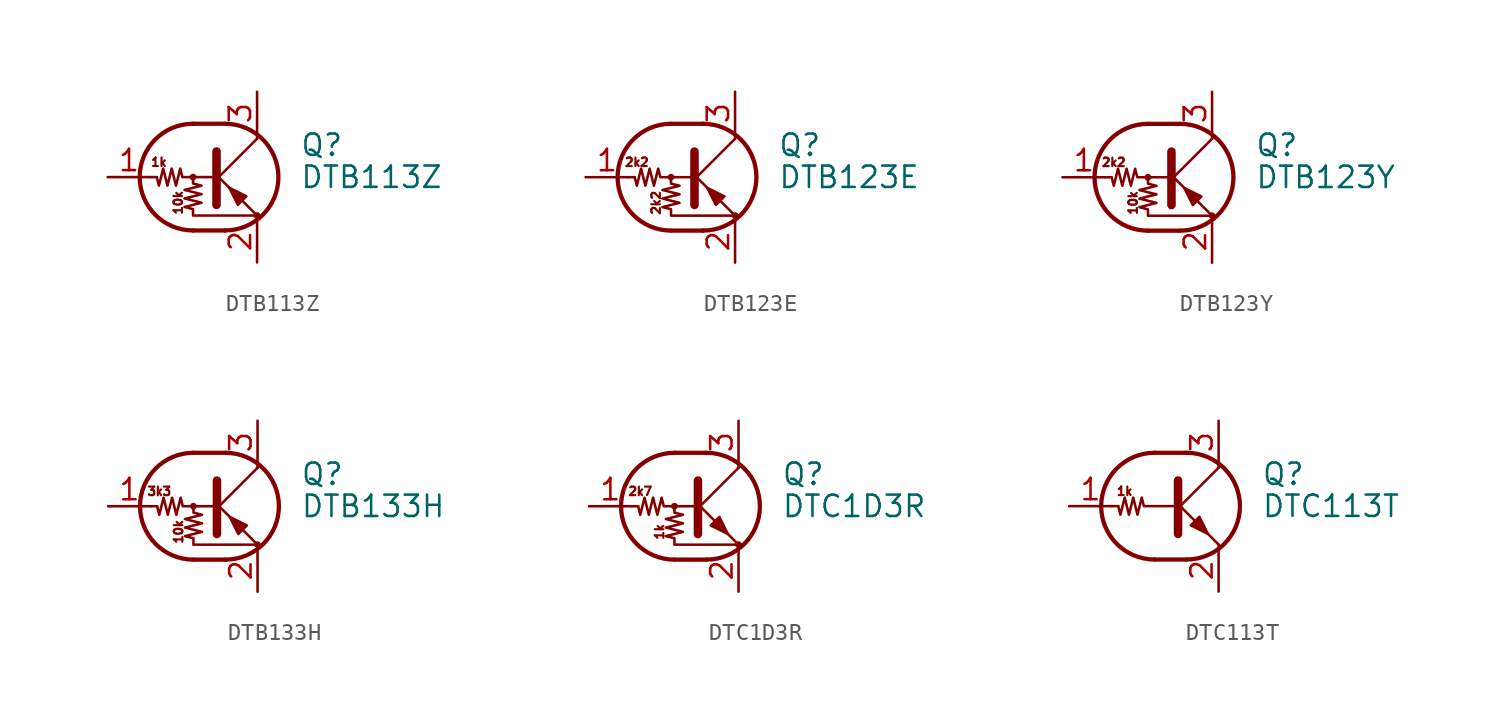
<source format=kicad_sym>
(kicad_symbol_lib
  (version 20211014)
  (generator kicad_symbol_editor)
  (symbol "DTB113Z"
    (pin_names
      (offset 0) hide)
    (property "Reference" "Q"
      (at 5.08 1.905 0)
      (effects (font (size 1.27 1.27)) (justify left)))
    (property "Value" "DTB113Z"
      (at 5.08 0 0)
      (effects (font (size 1.27 1.27)) (justify left)))
    (symbol "DTB113Z_0_0"
      (text "10k" (at -2.159 -1.524 900) (effects (font (size 0.508 0.508))))
      (text "1k" (at -3.302 0.889 0) (effects (font (size 0.508 0.508)))))
    (symbol "DTB113Z_0_1"
      (circle (center -1.27 0) (radius 0.127) (stroke (width 0) (type default) (color 0 0 0 0)) (fill (type none)))
      (arc (start -1.27 3.175) (mid -4.445 0) (end -1.27 -3.175) (stroke (width 0.254) (type default) (color 0 0 0 0)) (fill (type none)))
      (polyline (pts (xy -3.429 0) (xy -3.81 0)) (stroke (width 0) (type default) (color 0 0 0 0)) (fill (type none)))
      (polyline (pts (xy -1.27 -3.175) (xy 0.635 -3.175)) (stroke (width 0.254) (type default) (color 0 0 0 0)) (fill (type none)))
      (polyline (pts (xy -1.27 3.175) (xy 0.635 3.175)) (stroke (width 0.254) (type default) (color 0 0 0 0)) (fill (type none)))
      (polyline (pts (xy 0 -0.254) (xy 2.54 2.286)) (stroke (width 0) (type default) (color 0 0 0 0)) (fill (type none)))
      (polyline (pts (xy 0.127 1.524) (xy 0.127 -1.651)) (stroke (width 0.508) (type default) (color 0 0 0 0)) (fill (type outline)))
      (polyline (pts (xy 2.54 2.286) (xy 2.54 2.54)) (stroke (width 0) (type default) (color 0 0 0 0)) (fill (type none)))
      (polyline (pts (xy 2.54 -2.286) (xy 0 0.254) (xy 0 0.254)) (stroke (width 0) (type default) (color 0 0 0 0)) (fill (type none)))
      (polyline (pts (xy 1.397 -1.651) (xy 1.905 -1.143) (xy 0.889 -0.635) (xy 1.397 -1.651)) (stroke (width 0) (type default) (color 0 0 0 0)) (fill (type outline)))
      (polyline (pts (xy 0 0) (xy -1.905 0) (xy -2.032 0.508) (xy -2.286 -0.508) (xy -2.54 0.508) (xy -2.794 -0.508) (xy -3.048 0.508) (xy -3.302 -0.508) (xy -3.429 0)) (stroke (width 0) (type default) (color 0 0 0 0)) (fill (type none)))
      (polyline (pts (xy -1.27 0) (xy -1.27 -0.381) (xy -0.762 -0.508) (xy -1.778 -0.762) (xy -0.762 -1.016) (xy -1.778 -1.27) (xy -0.762 -1.524) (xy -1.778 -1.778) (xy -1.27 -1.905) (xy -1.27 -2.286) (xy 2.54 -2.286)) (stroke (width 0) (type default) (color 0 0 0 0)) (fill (type none)))
      (arc (start 0.635 -3.175) (mid 3.81 0) (end 0.635 3.175) (stroke (width 0.254) (type default) (color 0 0 0 0)) (fill (type none)))
      (circle (center 2.54 -2.286) (radius 0.127) (stroke (width 0) (type default) (color 0 0 0 0)) (fill (type none))))
    (symbol "DTB113Z_1_1"
      (pin input line (at -6.35 0 0) (length 2.54) (name "B" (effects (font (size 1.27 1.27)))) (number "1" (effects (font (size 1.27 1.27)))))
      (pin passive line (at 2.54 -5.08 90) (length 2.54) (name "E" (effects (font (size 1.27 1.27)))) (number "2" (effects (font (size 1.27 1.27)))))
      (pin passive line (at 2.54 5.08 270) (length 2.54) (name "C" (effects (font (size 1.27 1.27)))) (number "3" (effects (font (size 1.27 1.27)))))))
  (symbol "DTB123E"
    (pin_names
      (offset 0) hide)
    (property "Reference" "Q"
      (at 5.08 1.905 0)
      (effects (font (size 1.27 1.27)) (justify left)))
    (property "Value" "DTB123E"
      (at 5.08 0 0)
      (effects (font (size 1.27 1.27)) (justify left)))
    (symbol "DTB123E_0_0"
      (text "2k2" (at -3.302 0.889 0) (effects (font (size 0.508 0.508))))
      (text "2k2" (at -2.159 -1.524 900) (effects (font (size 0.508 0.508)))))
    (symbol "DTB123E_0_1"
      (circle (center -1.27 0) (radius 0.127) (stroke (width 0) (type default) (color 0 0 0 0)) (fill (type none)))
      (arc (start -1.27 3.175) (mid -4.445 0) (end -1.27 -3.175) (stroke (width 0.254) (type default) (color 0 0 0 0)) (fill (type none)))
      (polyline (pts (xy -3.429 0) (xy -3.81 0)) (stroke (width 0) (type default) (color 0 0 0 0)) (fill (type none)))
      (polyline (pts (xy -1.27 -3.175) (xy 0.635 -3.175)) (stroke (width 0.254) (type default) (color 0 0 0 0)) (fill (type none)))
      (polyline (pts (xy -1.27 3.175) (xy 0.635 3.175)) (stroke (width 0.254) (type default) (color 0 0 0 0)) (fill (type none)))
      (polyline (pts (xy 0 -0.254) (xy 2.54 2.286)) (stroke (width 0) (type default) (color 0 0 0 0)) (fill (type none)))
      (polyline (pts (xy 0.127 1.524) (xy 0.127 -1.651)) (stroke (width 0.508) (type default) (color 0 0 0 0)) (fill (type outline)))
      (polyline (pts (xy 2.54 2.286) (xy 2.54 2.54)) (stroke (width 0) (type default) (color 0 0 0 0)) (fill (type none)))
      (polyline (pts (xy 2.54 -2.286) (xy 0 0.254) (xy 0 0.254)) (stroke (width 0) (type default) (color 0 0 0 0)) (fill (type none)))
      (polyline (pts (xy 1.397 -1.651) (xy 1.905 -1.143) (xy 0.889 -0.635) (xy 1.397 -1.651)) (stroke (width 0) (type default) (color 0 0 0 0)) (fill (type outline)))
      (polyline (pts (xy 0 0) (xy -1.905 0) (xy -2.032 0.508) (xy -2.286 -0.508) (xy -2.54 0.508) (xy -2.794 -0.508) (xy -3.048 0.508) (xy -3.302 -0.508) (xy -3.429 0)) (stroke (width 0) (type default) (color 0 0 0 0)) (fill (type none)))
      (polyline (pts (xy -1.27 0) (xy -1.27 -0.381) (xy -0.762 -0.508) (xy -1.778 -0.762) (xy -0.762 -1.016) (xy -1.778 -1.27) (xy -0.762 -1.524) (xy -1.778 -1.778) (xy -1.27 -1.905) (xy -1.27 -2.286) (xy 2.54 -2.286)) (stroke (width 0) (type default) (color 0 0 0 0)) (fill (type none)))
      (arc (start 0.635 -3.175) (mid 3.81 0) (end 0.635 3.175) (stroke (width 0.254) (type default) (color 0 0 0 0)) (fill (type none)))
      (circle (center 2.54 -2.286) (radius 0.127) (stroke (width 0) (type default) (color 0 0 0 0)) (fill (type none))))
    (symbol "DTB123E_1_1"
      (pin input line (at -6.35 0 0) (length 2.54) (name "B" (effects (font (size 1.27 1.27)))) (number "1" (effects (font (size 1.27 1.27)))))
      (pin passive line (at 2.54 -5.08 90) (length 2.54) (name "E" (effects (font (size 1.27 1.27)))) (number "2" (effects (font (size 1.27 1.27)))))
      (pin passive line (at 2.54 5.08 270) (length 2.54) (name "C" (effects (font (size 1.27 1.27)))) (number "3" (effects (font (size 1.27 1.27)))))))
  (symbol "DTB123Y"
    (pin_names
      (offset 0) hide)
    (property "Reference" "Q"
      (at 5.08 1.905 0)
      (effects (font (size 1.27 1.27)) (justify left)))
    (property "Value" "DTB123Y"
      (at 5.08 0 0)
      (effects (font (size 1.27 1.27)) (justify left)))
    (symbol "DTB123Y_0_0"
      (text "10k" (at -2.159 -1.524 900) (effects (font (size 0.508 0.508))))
      (text "2k2" (at -3.302 0.889 0) (effects (font (size 0.508 0.508)))))
    (symbol "DTB123Y_0_1"
      (circle (center -1.27 0) (radius 0.127) (stroke (width 0) (type default) (color 0 0 0 0)) (fill (type none)))
      (arc (start -1.27 3.175) (mid -4.445 0) (end -1.27 -3.175) (stroke (width 0.254) (type default) (color 0 0 0 0)) (fill (type none)))
      (polyline (pts (xy -3.429 0) (xy -3.81 0)) (stroke (width 0) (type default) (color 0 0 0 0)) (fill (type none)))
      (polyline (pts (xy -1.27 -3.175) (xy 0.635 -3.175)) (stroke (width 0.254) (type default) (color 0 0 0 0)) (fill (type none)))
      (polyline (pts (xy -1.27 3.175) (xy 0.635 3.175)) (stroke (width 0.254) (type default) (color 0 0 0 0)) (fill (type none)))
      (polyline (pts (xy 0 -0.254) (xy 2.54 2.286)) (stroke (width 0) (type default) (color 0 0 0 0)) (fill (type none)))
      (polyline (pts (xy 0.127 1.524) (xy 0.127 -1.651)) (stroke (width 0.508) (type default) (color 0 0 0 0)) (fill (type outline)))
      (polyline (pts (xy 2.54 2.286) (xy 2.54 2.54)) (stroke (width 0) (type default) (color 0 0 0 0)) (fill (type none)))
      (polyline (pts (xy 2.54 -2.286) (xy 0 0.254) (xy 0 0.254)) (stroke (width 0) (type default) (color 0 0 0 0)) (fill (type none)))
      (polyline (pts (xy 1.397 -1.651) (xy 1.905 -1.143) (xy 0.889 -0.635) (xy 1.397 -1.651)) (stroke (width 0) (type default) (color 0 0 0 0)) (fill (type outline)))
      (polyline (pts (xy 0 0) (xy -1.905 0) (xy -2.032 0.508) (xy -2.286 -0.508) (xy -2.54 0.508) (xy -2.794 -0.508) (xy -3.048 0.508) (xy -3.302 -0.508) (xy -3.429 0)) (stroke (width 0) (type default) (color 0 0 0 0)) (fill (type none)))
      (polyline (pts (xy -1.27 0) (xy -1.27 -0.381) (xy -0.762 -0.508) (xy -1.778 -0.762) (xy -0.762 -1.016) (xy -1.778 -1.27) (xy -0.762 -1.524) (xy -1.778 -1.778) (xy -1.27 -1.905) (xy -1.27 -2.286) (xy 2.54 -2.286)) (stroke (width 0) (type default) (color 0 0 0 0)) (fill (type none)))
      (arc (start 0.635 -3.175) (mid 3.81 0) (end 0.635 3.175) (stroke (width 0.254) (type default) (color 0 0 0 0)) (fill (type none)))
      (circle (center 2.54 -2.286) (radius 0.127) (stroke (width 0) (type default) (color 0 0 0 0)) (fill (type none))))
    (symbol "DTB123Y_1_1"
      (pin input line (at -6.35 0 0) (length 2.54) (name "B" (effects (font (size 1.27 1.27)))) (number "1" (effects (font (size 1.27 1.27)))))
      (pin passive line (at 2.54 -5.08 90) (length 2.54) (name "E" (effects (font (size 1.27 1.27)))) (number "2" (effects (font (size 1.27 1.27)))))
      (pin passive line (at 2.54 5.08 270) (length 2.54) (name "C" (effects (font (size 1.27 1.27)))) (number "3" (effects (font (size 1.27 1.27)))))))
  (symbol "DTB133H"
    (pin_names
      (offset 0) hide)
    (property "Reference" "Q"
      (at 5.08 1.905 0)
      (effects (font (size 1.27 1.27)) (justify left)))
    (property "Value" "DTB133H"
      (at 5.08 0 0)
      (effects (font (size 1.27 1.27)) (justify left)))
    (symbol "DTB133H_0_0"
      (text "10k" (at -2.159 -1.524 900) (effects (font (size 0.508 0.508))))
      (text "3k3" (at -3.302 0.889 0) (effects (font (size 0.508 0.508)))))
    (symbol "DTB133H_0_1"
      (circle (center -1.27 0) (radius 0.127) (stroke (width 0) (type default) (color 0 0 0 0)) (fill (type none)))
      (arc (start -1.27 3.175) (mid -4.445 0) (end -1.27 -3.175) (stroke (width 0.254) (type default) (color 0 0 0 0)) (fill (type none)))
      (polyline (pts (xy -3.429 0) (xy -3.81 0)) (stroke (width 0) (type default) (color 0 0 0 0)) (fill (type none)))
      (polyline (pts (xy -1.27 -3.175) (xy 0.635 -3.175)) (stroke (width 0.254) (type default) (color 0 0 0 0)) (fill (type none)))
      (polyline (pts (xy -1.27 3.175) (xy 0.635 3.175)) (stroke (width 0.254) (type default) (color 0 0 0 0)) (fill (type none)))
      (polyline (pts (xy 0 -0.254) (xy 2.54 2.286)) (stroke (width 0) (type default) (color 0 0 0 0)) (fill (type none)))
      (polyline (pts (xy 0.127 1.524) (xy 0.127 -1.651)) (stroke (width 0.508) (type default) (color 0 0 0 0)) (fill (type outline)))
      (polyline (pts (xy 2.54 2.286) (xy 2.54 2.54)) (stroke (width 0) (type default) (color 0 0 0 0)) (fill (type none)))
      (polyline (pts (xy 2.54 -2.286) (xy 0 0.254) (xy 0 0.254)) (stroke (width 0) (type default) (color 0 0 0 0)) (fill (type none)))
      (polyline (pts (xy 1.397 -1.651) (xy 1.905 -1.143) (xy 0.889 -0.635) (xy 1.397 -1.651)) (stroke (width 0) (type default) (color 0 0 0 0)) (fill (type outline)))
      (polyline (pts (xy 0 0) (xy -1.905 0) (xy -2.032 0.508) (xy -2.286 -0.508) (xy -2.54 0.508) (xy -2.794 -0.508) (xy -3.048 0.508) (xy -3.302 -0.508) (xy -3.429 0)) (stroke (width 0) (type default) (color 0 0 0 0)) (fill (type none)))
      (polyline (pts (xy -1.27 0) (xy -1.27 -0.381) (xy -0.762 -0.508) (xy -1.778 -0.762) (xy -0.762 -1.016) (xy -1.778 -1.27) (xy -0.762 -1.524) (xy -1.778 -1.778) (xy -1.27 -1.905) (xy -1.27 -2.286) (xy 2.54 -2.286)) (stroke (width 0) (type default) (color 0 0 0 0)) (fill (type none)))
      (arc (start 0.635 -3.175) (mid 3.81 0) (end 0.635 3.175) (stroke (width 0.254) (type default) (color 0 0 0 0)) (fill (type none)))
      (circle (center 2.54 -2.286) (radius 0.127) (stroke (width 0) (type default) (color 0 0 0 0)) (fill (type none))))
    (symbol "DTB133H_1_1"
      (pin input line (at -6.35 0 0) (length 2.54) (name "B" (effects (font (size 1.27 1.27)))) (number "1" (effects (font (size 1.27 1.27)))))
      (pin passive line (at 2.54 -5.08 90) (length 2.54) (name "E" (effects (font (size 1.27 1.27)))) (number "2" (effects (font (size 1.27 1.27)))))
      (pin passive line (at 2.54 5.08 270) (length 2.54) (name "C" (effects (font (size 1.27 1.27)))) (number "3" (effects (font (size 1.27 1.27)))))))
  (symbol "DTC1D3R"
    (pin_names
      (offset 0) hide)
    (property "Reference" "Q"
      (at 5.08 1.905 0)
      (effects (font (size 1.27 1.27)) (justify left)))
    (property "Value" "DTC1D3R"
      (at 5.08 0 0)
      (effects (font (size 1.27 1.27)) (justify left)))
    (symbol "DTC1D3R_0_0"
      (text "1k" (at -2.159 -1.524 900) (effects (font (size 0.508 0.508))))
      (text "2k7" (at -3.302 0.889 0) (effects (font (size 0.508 0.508)))))
    (symbol "DTC1D3R_0_1"
      (circle (center -1.27 0) (radius 0.127) (stroke (width 0) (type default) (color 0 0 0 0)) (fill (type none)))
      (arc (start -1.27 3.175) (mid -4.445 0) (end -1.27 -3.175) (stroke (width 0.254) (type default) (color 0 0 0 0)) (fill (type none)))
      (polyline (pts (xy -3.429 0) (xy -3.81 0)) (stroke (width 0) (type default) (color 0 0 0 0)) (fill (type none)))
      (polyline (pts (xy -1.27 -3.175) (xy 0.635 -3.175)) (stroke (width 0.254) (type default) (color 0 0 0 0)) (fill (type none)))
      (polyline (pts (xy -1.27 3.175) (xy 0.635 3.175)) (stroke (width 0.254) (type default) (color 0 0 0 0)) (fill (type none)))
      (polyline (pts (xy 0 -0.254) (xy 2.54 2.286)) (stroke (width 0) (type default) (color 0 0 0 0)) (fill (type none)))
      (polyline (pts (xy 0.127 1.524) (xy 0.127 -1.651)) (stroke (width 0.508) (type default) (color 0 0 0 0)) (fill (type outline)))
      (polyline (pts (xy 2.54 2.286) (xy 2.54 2.54)) (stroke (width 0) (type default) (color 0 0 0 0)) (fill (type none)))
      (polyline (pts (xy 2.54 -2.286) (xy 0 0.254) (xy 0 0.254)) (stroke (width 0) (type default) (color 0 0 0 0)) (fill (type none)))
      (polyline (pts (xy 0.889 -1.143) (xy 1.397 -0.635) (xy 1.905 -1.651) (xy 0.889 -1.143)) (stroke (width 0) (type default) (color 0 0 0 0)) (fill (type outline)))
      (polyline (pts (xy 0 0) (xy -1.905 0) (xy -2.032 0.508) (xy -2.286 -0.508) (xy -2.54 0.508) (xy -2.794 -0.508) (xy -3.048 0.508) (xy -3.302 -0.508) (xy -3.429 0)) (stroke (width 0) (type default) (color 0 0 0 0)) (fill (type none)))
      (polyline (pts (xy -1.27 0) (xy -1.27 -0.381) (xy -0.762 -0.508) (xy -1.778 -0.762) (xy -0.762 -1.016) (xy -1.778 -1.27) (xy -0.762 -1.524) (xy -1.778 -1.778) (xy -1.27 -1.905) (xy -1.27 -2.286) (xy 2.54 -2.286)) (stroke (width 0) (type default) (color 0 0 0 0)) (fill (type none)))
      (arc (start 0.635 -3.175) (mid 3.81 0) (end 0.635 3.175) (stroke (width 0.254) (type default) (color 0 0 0 0)) (fill (type none)))
      (circle (center 2.54 -2.286) (radius 0.127) (stroke (width 0) (type default) (color 0 0 0 0)) (fill (type none))))
    (symbol "DTC1D3R_1_1"
      (pin input line (at -6.35 0 0) (length 2.54) (name "B" (effects (font (size 1.27 1.27)))) (number "1" (effects (font (size 1.27 1.27)))))
      (pin passive line (at 2.54 -5.08 90) (length 2.54) (name "E" (effects (font (size 1.27 1.27)))) (number "2" (effects (font (size 1.27 1.27)))))
      (pin passive line (at 2.54 5.08 270) (length 2.54) (name "C" (effects (font (size 1.27 1.27)))) (number "3" (effects (font (size 1.27 1.27)))))))
  (symbol "DTC113T"
    (pin_names
      (offset 0) hide)
    (property "Reference" "Q"
      (at 5.08 1.905 0)
      (effects (font (size 1.27 1.27)) (justify left)))
    (property "Value" "DTC113T"
      (at 5.08 0 0)
      (effects (font (size 1.27 1.27)) (justify left)))
    (symbol "DTC113T_0_0"
      (polyline (pts (xy 2.54 -2.286) (xy 2.54 -2.54)) (stroke (width 0) (type default) (color 0 0 0 0)) (fill (type none)))
      (text "1k" (at -3.048 0.889 0) (effects (font (size 0.508 0.508)))))
    (symbol "DTC113T_0_1"
      (arc (start -1.27 3.175) (mid -4.445 0) (end -1.27 -3.175) (stroke (width 0.254) (type default) (color 0 0 0 0)) (fill (type none)))
      (polyline (pts (xy -3.429 0) (xy -3.81 0)) (stroke (width 0) (type default) (color 0 0 0 0)) (fill (type none)))
      (polyline (pts (xy -1.27 -3.175) (xy 0.635 -3.175)) (stroke (width 0.254) (type default) (color 0 0 0 0)) (fill (type none)))
      (polyline (pts (xy -1.27 3.175) (xy 0.635 3.175)) (stroke (width 0.254) (type default) (color 0 0 0 0)) (fill (type none)))
      (polyline (pts (xy 0 -0.254) (xy 2.54 2.286)) (stroke (width 0) (type default) (color 0 0 0 0)) (fill (type none)))
      (polyline (pts (xy 0.127 1.524) (xy 0.127 -1.651)) (stroke (width 0.508) (type default) (color 0 0 0 0)) (fill (type outline)))
      (polyline (pts (xy 2.54 2.286) (xy 2.54 2.54)) (stroke (width 0) (type default) (color 0 0 0 0)) (fill (type none)))
      (polyline (pts (xy 2.54 -2.286) (xy 0 0.254) (xy 0 0.254)) (stroke (width 0) (type default) (color 0 0 0 0)) (fill (type none)))
      (polyline (pts (xy 0.889 -1.143) (xy 1.397 -0.635) (xy 1.905 -1.651) (xy 0.889 -1.143)) (stroke (width 0) (type default) (color 0 0 0 0)) (fill (type outline)))
      (polyline (pts (xy 0 0) (xy -1.905 0) (xy -2.032 0.508) (xy -2.286 -0.508) (xy -2.54 0.508) (xy -2.794 -0.508) (xy -3.048 0.508) (xy -3.302 -0.508) (xy -3.429 0)) (stroke (width 0) (type default) (color 0 0 0 0)) (fill (type none)))
      (arc (start 0.635 -3.175) (mid 3.81 0) (end 0.635 3.175) (stroke (width 0.254) (type default) (color 0 0 0 0)) (fill (type none))))
    (symbol "DTC113T_1_1"
      (pin input line (at -6.35 0 0) (length 2.54) (name "B" (effects (font (size 1.27 1.27)))) (number "1" (effects (font (size 1.27 1.27)))))
      (pin passive line (at 2.54 -5.08 90) (length 2.54) (name "E" (effects (font (size 1.27 1.27)))) (number "2" (effects (font (size 1.27 1.27)))))
      (pin passive line (at 2.54 5.08 270) (length 2.54) (name "C" (effects (font (size 1.27 1.27)))) (number "3" (effects (font (size 1.27 1.27))))))))
</source>
